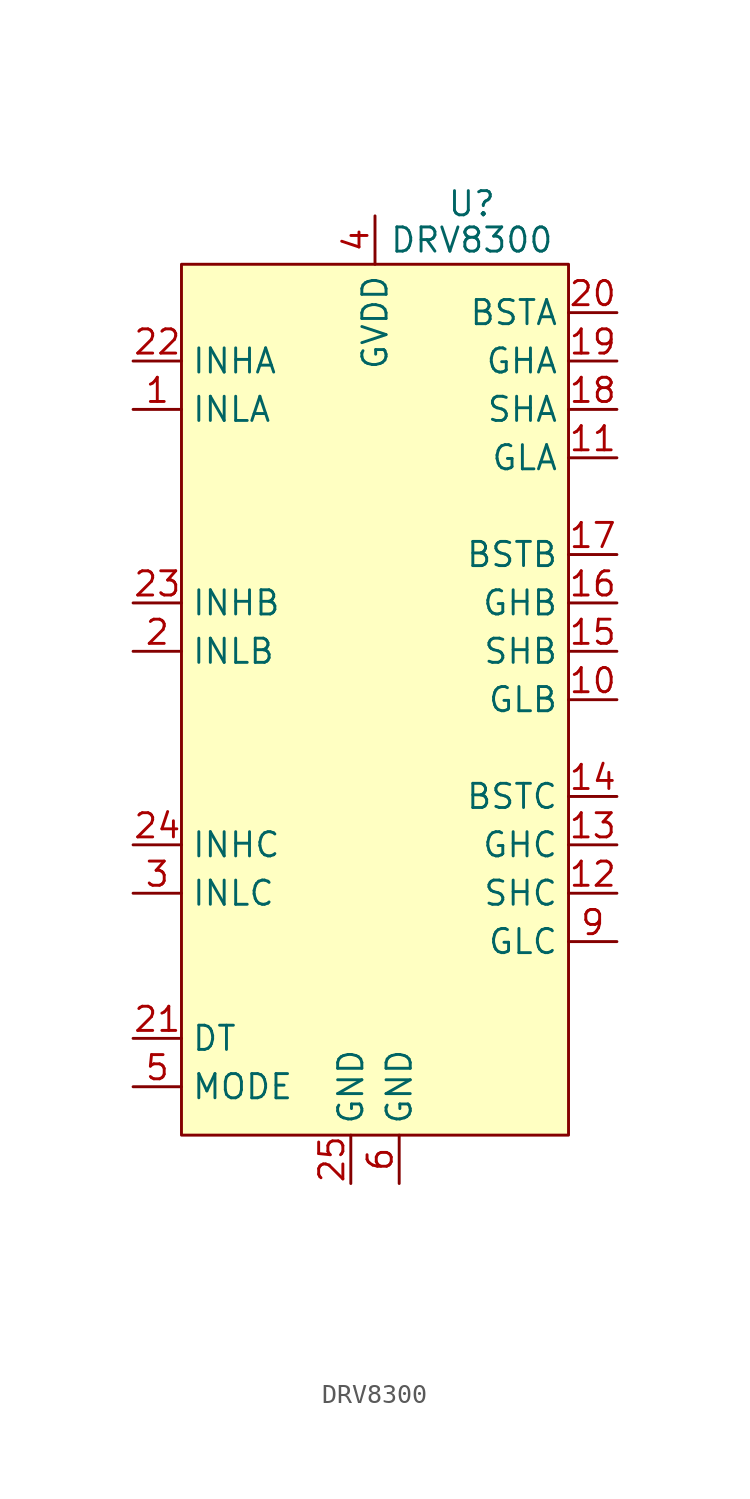
<source format=kicad_sym>
(kicad_symbol_lib
  (version 20220914)
  (generator kicad_symbol_editor)
  (symbol "DRV8300"
    (property "Reference" "U"
      (at 5.08 22.225 0)
      (effects (font (size 1.27 1.27))))
    (property "Value" "DRV8300"
      (at 5.08 20.32 0)
      (effects (font (size 1.27 1.27))))
    (symbol "DRV8300_0_0"
      (pin input line (at -12.7 11.43 0) (length 2.54) (name "INLA" (effects (font (size 1.27 1.27)))) (number "1" (effects (font (size 1.27 1.27)))))
      (pin output line (at 12.7 -3.81 180) (length 2.54) (name "GLB" (effects (font (size 1.27 1.27)))) (number "10" (effects (font (size 1.27 1.27)))))
      (pin output line (at 12.7 8.89 180) (length 2.54) (name "GLA" (effects (font (size 1.27 1.27)))) (number "11" (effects (font (size 1.27 1.27)))))
      (pin input line (at 12.7 -13.97 180) (length 2.54) (name "SHC" (effects (font (size 1.27 1.27)))) (number "12" (effects (font (size 1.27 1.27)))))
      (pin output line (at 12.7 -11.43 180) (length 2.54) (name "GHC" (effects (font (size 1.27 1.27)))) (number "13" (effects (font (size 1.27 1.27)))))
      (pin output line (at 12.7 -8.89 180) (length 2.54) (name "BSTC" (effects (font (size 1.27 1.27)))) (number "14" (effects (font (size 1.27 1.27)))))
      (pin input line (at 12.7 -1.27 180) (length 2.54) (name "SHB" (effects (font (size 1.27 1.27)))) (number "15" (effects (font (size 1.27 1.27)))))
      (pin output line (at 12.7 1.27 180) (length 2.54) (name "GHB" (effects (font (size 1.27 1.27)))) (number "16" (effects (font (size 1.27 1.27)))))
      (pin output line (at 12.7 3.81 180) (length 2.54) (name "BSTB" (effects (font (size 1.27 1.27)))) (number "17" (effects (font (size 1.27 1.27)))))
      (pin input line (at 12.7 11.43 180) (length 2.54) (name "SHA" (effects (font (size 1.27 1.27)))) (number "18" (effects (font (size 1.27 1.27)))))
      (pin output line (at 12.7 13.97 180) (length 2.54) (name "GHA" (effects (font (size 1.27 1.27)))) (number "19" (effects (font (size 1.27 1.27)))))
      (pin input line (at -12.7 -1.27 0) (length 2.54) (name "INLB" (effects (font (size 1.27 1.27)))) (number "2" (effects (font (size 1.27 1.27)))))
      (pin output line (at 12.7 16.51 180) (length 2.54) (name "BSTA" (effects (font (size 1.27 1.27)))) (number "20" (effects (font (size 1.27 1.27)))))
      (pin input line (at -12.7 -21.59 0) (length 2.54) (name "DT" (effects (font (size 1.27 1.27)))) (number "21" (effects (font (size 1.27 1.27)))))
      (pin input line (at -12.7 13.97 0) (length 2.54) (name "INHA" (effects (font (size 1.27 1.27)))) (number "22" (effects (font (size 1.27 1.27)))))
      (pin input line (at -12.7 1.27 0) (length 2.54) (name "INHB" (effects (font (size 1.27 1.27)))) (number "23" (effects (font (size 1.27 1.27)))))
      (pin input line (at -12.7 -11.43 0) (length 2.54) (name "INHC" (effects (font (size 1.27 1.27)))) (number "24" (effects (font (size 1.27 1.27)))))
      (pin power_in line (at -1.27 -29.21 90) (length 2.54) (name "GND" (effects (font (size 1.27 1.27)))) (number "25" (effects (font (size 1.27 1.27)))))
      (pin input line (at -12.7 -13.97 0) (length 2.54) (name "INLC" (effects (font (size 1.27 1.27)))) (number "3" (effects (font (size 1.27 1.27)))))
      (pin power_in line (at 0 21.59 270) (length 2.54) (name "GVDD" (effects (font (size 1.27 1.27)))) (number "4" (effects (font (size 1.27 1.27)))))
      (pin input line (at -12.7 -24.13 0) (length 2.54) (name "MODE" (effects (font (size 1.27 1.27)))) (number "5" (effects (font (size 1.27 1.27)))))
      (pin power_in line (at 1.27 -29.21 90) (length 2.54) (name "GND" (effects (font (size 1.27 1.27)))) (number "6" (effects (font (size 1.27 1.27)))))
      (pin output line (at 12.7 -16.51 180) (length 2.54) (name "GLC" (effects (font (size 1.27 1.27)))) (number "9" (effects (font (size 1.27 1.27))))))
    (symbol "DRV8300_1_0"
      (pin no_connect line (at -12.065 -31.115 0) (length 2.54) hide (name "NC" (effects (font (size 1.27 1.27)))) (number "7" (effects (font (size 1.27 1.27)))))
      (pin no_connect line (at -12.065 -33.655 0) (length 2.54) hide (name "NC" (effects (font (size 1.27 1.27)))) (number "8" (effects (font (size 1.27 1.27))))))
    (symbol "DRV8300_1_1"
      (rectangle (start -10.16 19.05) (end 10.16 -26.67) (stroke (width 0) (type default)) (fill (type background))))))
</source>
